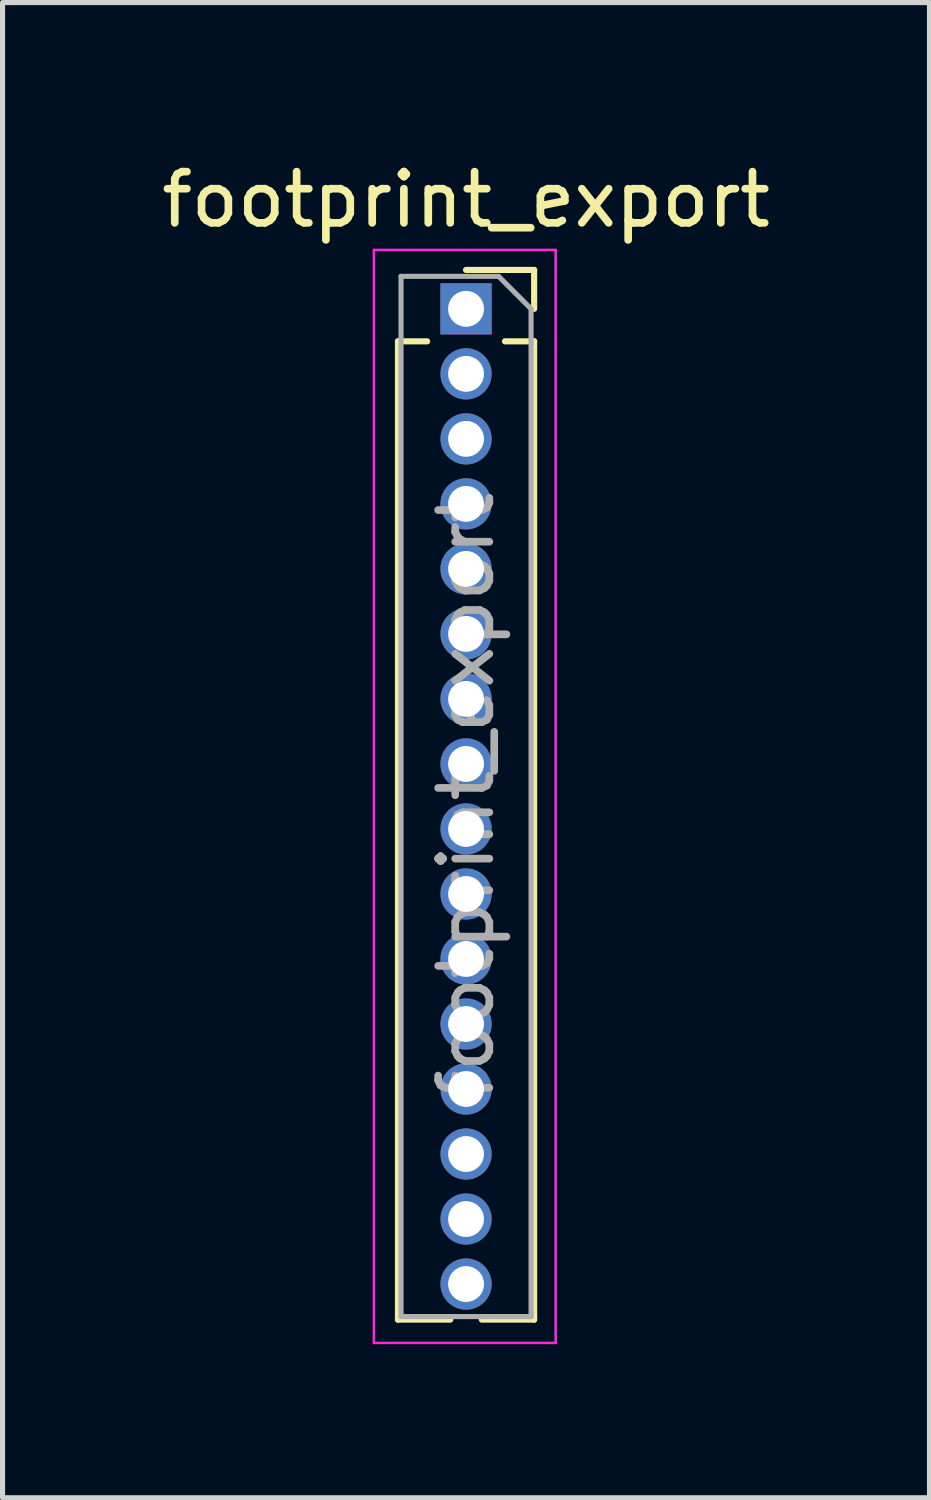
<source format=kicad_pcb>
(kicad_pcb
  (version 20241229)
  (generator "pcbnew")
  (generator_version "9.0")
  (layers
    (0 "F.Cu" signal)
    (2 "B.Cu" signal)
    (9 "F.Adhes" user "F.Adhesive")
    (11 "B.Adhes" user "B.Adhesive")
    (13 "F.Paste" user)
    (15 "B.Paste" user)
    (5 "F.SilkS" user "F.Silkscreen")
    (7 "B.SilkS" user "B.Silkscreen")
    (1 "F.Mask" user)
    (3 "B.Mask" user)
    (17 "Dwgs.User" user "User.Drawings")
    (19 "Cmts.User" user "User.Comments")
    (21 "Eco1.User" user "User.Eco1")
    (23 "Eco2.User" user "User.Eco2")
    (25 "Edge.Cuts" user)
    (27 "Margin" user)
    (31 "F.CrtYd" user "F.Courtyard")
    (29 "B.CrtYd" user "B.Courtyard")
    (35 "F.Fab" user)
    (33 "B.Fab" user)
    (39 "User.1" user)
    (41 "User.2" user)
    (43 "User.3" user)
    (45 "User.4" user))
  (footprint "footprint_export"
    (layer "F.Cu")
    (at 6.054 2.983)
    (property "Reference" "footprint_export" (at 0 -2.135 0) (layer "F.SilkS") (effects (font (size 1 1) (thickness 0.15))))
    (attr through_hole)
    (fp_line (start -1.33 0.635) (end -1.33 19.745) (stroke (width 0.12) (type solid)) (layer "F.SilkS"))
    (fp_line (start -1.33 0.635) (end -0.76 0.635) (stroke (width 0.12) (type solid)) (layer "F.SilkS"))
    (fp_line (start -1.33 19.745) (end -0.308 19.745) (stroke (width 0.12) (type solid)) (layer "F.SilkS"))
    (fp_line (start 0 -0.76) (end 1.33 -0.76) (stroke (width 0.12) (type solid)) (layer "F.SilkS"))
    (fp_line (start 0.308 19.745) (end 1.33 19.745) (stroke (width 0.12) (type solid)) (layer "F.SilkS"))
    (fp_line (start 0.76 0.635) (end 1.33 0.635) (stroke (width 0.12) (type solid)) (layer "F.SilkS"))
    (fp_line (start 1.33 -0.76) (end 1.33 0) (stroke (width 0.12) (type solid)) (layer "F.SilkS"))
    (fp_line (start 1.33 0.635) (end 1.33 19.745) (stroke (width 0.12) (type solid)) (layer "F.SilkS"))
    (fp_line (start -1.8 -1.15) (end 1.75 -1.15) (stroke (width 0.05) (type solid)) (layer "F.CrtYd"))
    (fp_line (start -1.8 20.2) (end -1.8 -1.15) (stroke (width 0.05) (type solid)) (layer "F.CrtYd"))
    (fp_line (start 1.75 -1.15) (end 1.75 20.2) (stroke (width 0.05) (type solid)) (layer "F.CrtYd"))
    (fp_line (start 1.75 20.2) (end -1.8 20.2) (stroke (width 0.05) (type solid)) (layer "F.CrtYd"))
    (fp_line (start -1.27 -0.635) (end 0.635 -0.635) (stroke (width 0.1) (type solid)) (layer "F.Fab"))
    (fp_line (start -1.27 19.685) (end -1.27 -0.635) (stroke (width 0.1) (type solid)) (layer "F.Fab"))
    (fp_line (start 0.635 -0.635) (end 1.27 0) (stroke (width 0.1) (type solid)) (layer "F.Fab"))
    (fp_line (start 1.27 0) (end 1.27 19.685) (stroke (width 0.1) (type solid)) (layer "F.Fab"))
    (fp_line (start 1.27 19.685) (end -1.27 19.685) (stroke (width 0.1) (type solid)) (layer "F.Fab"))
    (fp_text user "${REFERENCE}" (at 0 9.525 90) (layer "F.Fab") (effects (font (size 1 1) (thickness 0.15))))
    (pad "1" thru_hole rect (at 0 0) (size 1 1) (drill 0.7) (layers "*.Cu" "*.Mask"))
    (pad "2" thru_hole oval (at 0 1.27) (size 1 1) (drill 0.7) (layers "*.Cu" "*.Mask"))
    (pad "3" thru_hole oval (at 0 2.54) (size 1 1) (drill 0.7) (layers "*.Cu" "*.Mask"))
    (pad "4" thru_hole oval (at 0 3.81) (size 1 1) (drill 0.7) (layers "*.Cu" "*.Mask"))
    (pad "5" thru_hole oval (at 0 5.08) (size 1 1) (drill 0.7) (layers "*.Cu" "*.Mask"))
    (pad "6" thru_hole oval (at 0 6.35) (size 1 1) (drill 0.7) (layers "*.Cu" "*.Mask"))
    (pad "7" thru_hole oval (at 0 7.62) (size 1 1) (drill 0.7) (layers "*.Cu" "*.Mask"))
    (pad "8" thru_hole oval (at 0 8.89) (size 1 1) (drill 0.7) (layers "*.Cu" "*.Mask"))
    (pad "9" thru_hole oval (at 0 10.16) (size 1 1) (drill 0.7) (layers "*.Cu" "*.Mask"))
    (pad "10" thru_hole oval (at 0 11.43) (size 1 1) (drill 0.7) (layers "*.Cu" "*.Mask"))
    (pad "11" thru_hole oval (at 0 12.7) (size 1 1) (drill 0.7) (layers "*.Cu" "*.Mask"))
    (pad "12" thru_hole oval (at 0 13.97) (size 1 1) (drill 0.7) (layers "*.Cu" "*.Mask"))
    (pad "13" thru_hole oval (at 0 15.24) (size 1 1) (drill 0.7) (layers "*.Cu" "*.Mask"))
    (pad "14" thru_hole oval (at 0 16.51) (size 1 1) (drill 0.7) (layers "*.Cu" "*.Mask"))
    (pad "15" thru_hole oval (at 0 17.78) (size 1 1) (drill 0.7) (layers "*.Cu" "*.Mask"))
    (pad "16" thru_hole oval (at 0 19.05) (size 1 1) (drill 0.7) (layers "*.Cu" "*.Mask")))
  (gr_rect
    (start -3 -3)
    (end 15.107 26.208)
    (stroke (width 0.1) (type default))
    (fill no)
    (layer "Edge.Cuts")))
</source>
